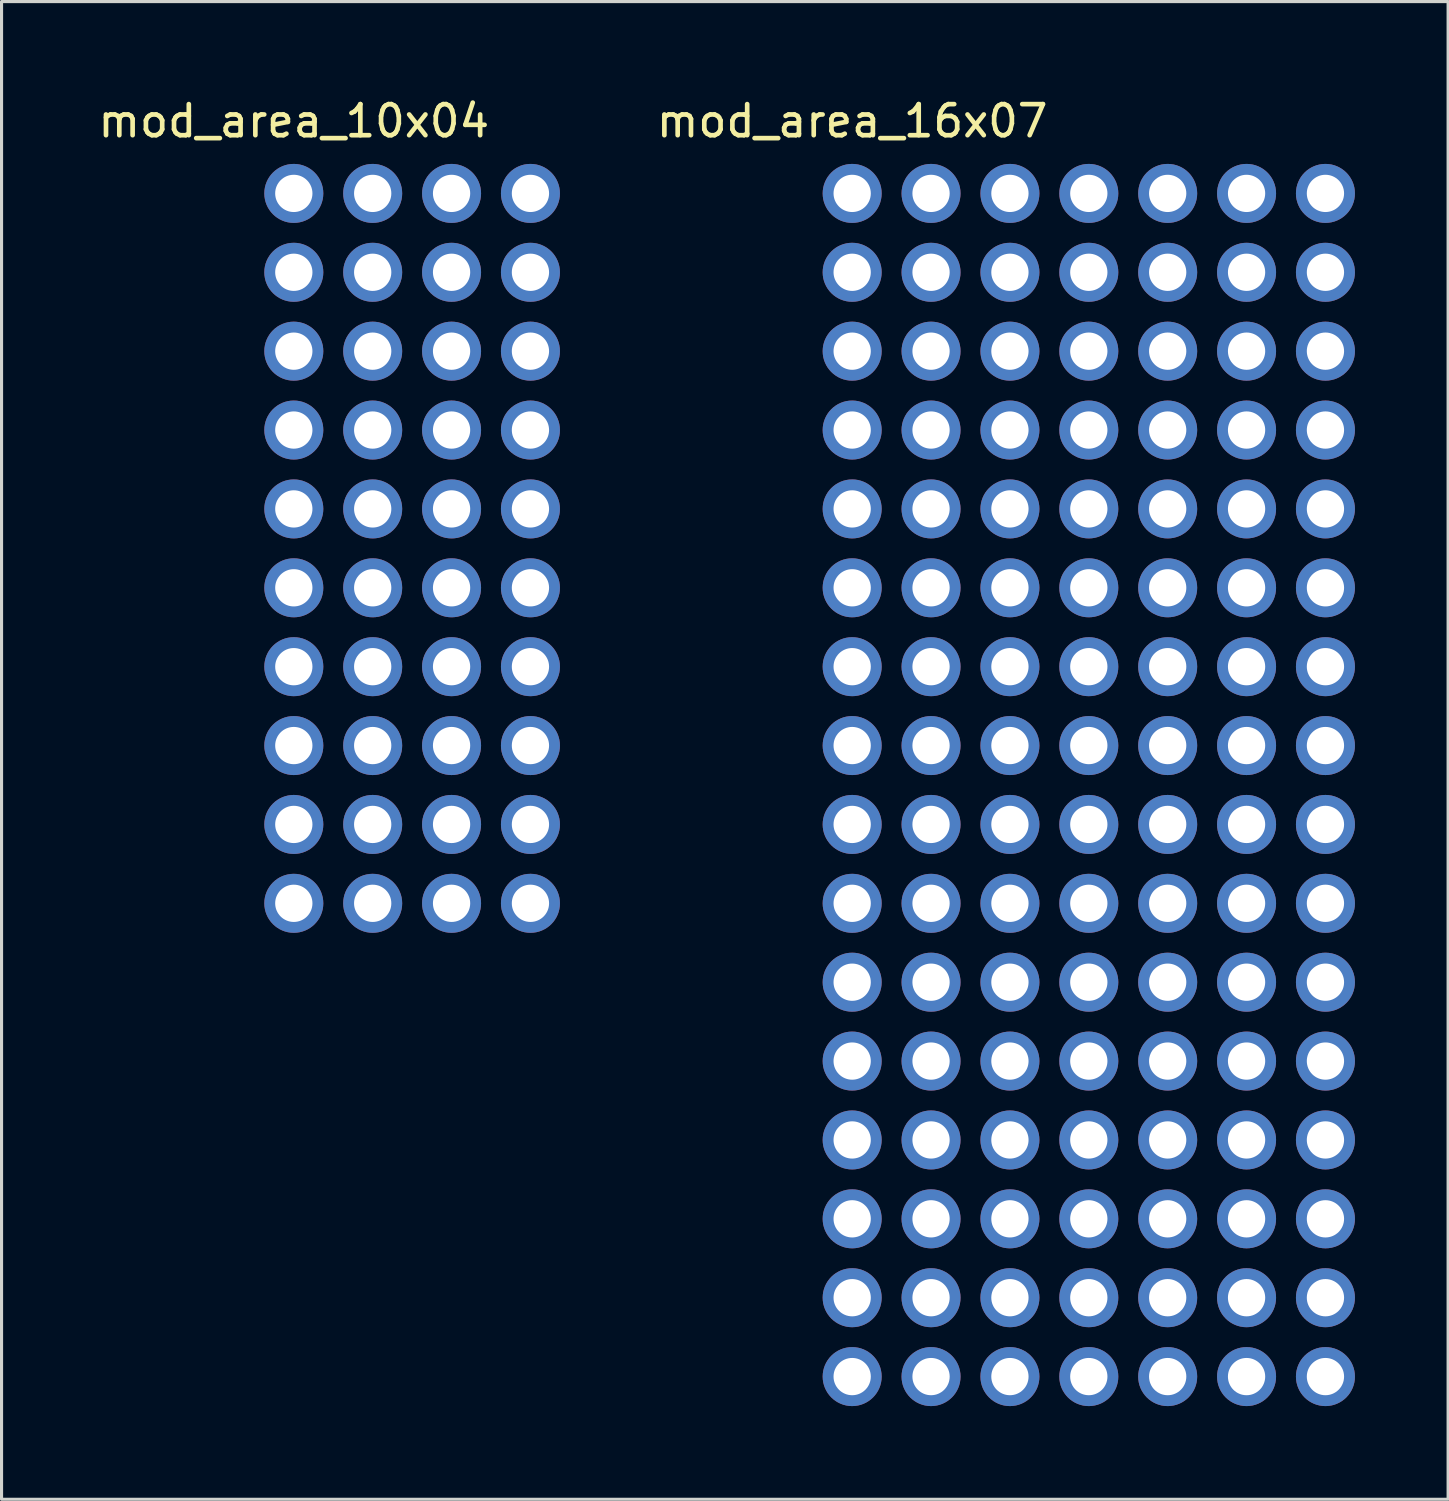
<source format=kicad_pcb>
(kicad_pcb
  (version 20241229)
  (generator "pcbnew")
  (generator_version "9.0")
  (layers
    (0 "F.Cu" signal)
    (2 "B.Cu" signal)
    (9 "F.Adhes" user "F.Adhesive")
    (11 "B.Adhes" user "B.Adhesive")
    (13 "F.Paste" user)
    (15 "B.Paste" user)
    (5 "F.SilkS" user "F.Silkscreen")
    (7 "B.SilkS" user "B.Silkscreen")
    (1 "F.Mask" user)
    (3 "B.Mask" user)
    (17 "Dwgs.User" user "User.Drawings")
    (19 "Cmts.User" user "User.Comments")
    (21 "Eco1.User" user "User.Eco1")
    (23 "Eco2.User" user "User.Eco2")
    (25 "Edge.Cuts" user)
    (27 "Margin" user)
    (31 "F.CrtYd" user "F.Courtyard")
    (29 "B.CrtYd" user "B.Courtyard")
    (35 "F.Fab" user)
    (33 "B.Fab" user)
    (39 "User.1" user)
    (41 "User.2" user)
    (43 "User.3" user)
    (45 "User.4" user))
  (footprint "mod_area_16x07"
    (layer "F.Cu")
    (at 24.391 3.178)
    (property "Reference" "mod_area_16x07" (at 0 -2.33 0) (layer "F.SilkS") (effects (font (size 1 1) (thickness 0.15))))
    (attr through_hole)
    (pad "1" thru_hole circle (at 0 0) (size 1.9 1.9) (drill 1.2) (layers "*.Cu" "*.Mask"))
    (pad "1" thru_hole circle (at 0 2.54) (size 1.9 1.9) (drill 1.2) (layers "*.Cu" "*.Mask"))
    (pad "1" thru_hole circle (at 0 5.08) (size 1.9 1.9) (drill 1.2) (layers "*.Cu" "*.Mask"))
    (pad "1" thru_hole circle (at 0 7.62) (size 1.9 1.9) (drill 1.2) (layers "*.Cu" "*.Mask"))
    (pad "1" thru_hole circle (at 0 10.16) (size 1.9 1.9) (drill 1.2) (layers "*.Cu" "*.Mask"))
    (pad "1" thru_hole circle (at 0 12.7) (size 1.9 1.9) (drill 1.2) (layers "*.Cu" "*.Mask"))
    (pad "1" thru_hole circle (at 0 15.24) (size 1.9 1.9) (drill 1.2) (layers "*.Cu" "*.Mask"))
    (pad "1" thru_hole circle (at 0 17.78) (size 1.9 1.9) (drill 1.2) (layers "*.Cu" "*.Mask"))
    (pad "1" thru_hole circle (at 0 20.32) (size 1.9 1.9) (drill 1.2) (layers "*.Cu" "*.Mask"))
    (pad "1" thru_hole circle (at 0 22.86) (size 1.9 1.9) (drill 1.2) (layers "*.Cu" "*.Mask"))
    (pad "1" thru_hole circle (at 0 25.4) (size 1.9 1.9) (drill 1.2) (layers "*.Cu" "*.Mask"))
    (pad "1" thru_hole circle (at 0 27.94) (size 1.9 1.9) (drill 1.2) (layers "*.Cu" "*.Mask"))
    (pad "1" thru_hole circle (at 0 30.48) (size 1.9 1.9) (drill 1.2) (layers "*.Cu" "*.Mask"))
    (pad "1" thru_hole circle (at 0 33.02) (size 1.9 1.9) (drill 1.2) (layers "*.Cu" "*.Mask"))
    (pad "1" thru_hole circle (at 0 35.56) (size 1.9 1.9) (drill 1.2) (layers "*.Cu" "*.Mask"))
    (pad "1" thru_hole circle (at 0 38.1) (size 1.9 1.9) (drill 1.2) (layers "*.Cu" "*.Mask"))
    (pad "1" thru_hole circle (at 2.54 0) (size 1.9 1.9) (drill 1.2) (layers "*.Cu" "*.Mask"))
    (pad "1" thru_hole circle (at 2.54 2.54) (size 1.9 1.9) (drill 1.2) (layers "*.Cu" "*.Mask"))
    (pad "1" thru_hole circle (at 2.54 5.08) (size 1.9 1.9) (drill 1.2) (layers "*.Cu" "*.Mask"))
    (pad "1" thru_hole circle (at 2.54 7.62) (size 1.9 1.9) (drill 1.2) (layers "*.Cu" "*.Mask"))
    (pad "1" thru_hole circle (at 2.54 10.16) (size 1.9 1.9) (drill 1.2) (layers "*.Cu" "*.Mask"))
    (pad "1" thru_hole circle (at 2.54 12.7) (size 1.9 1.9) (drill 1.2) (layers "*.Cu" "*.Mask"))
    (pad "1" thru_hole circle (at 2.54 15.24) (size 1.9 1.9) (drill 1.2) (layers "*.Cu" "*.Mask"))
    (pad "1" thru_hole circle (at 2.54 17.78) (size 1.9 1.9) (drill 1.2) (layers "*.Cu" "*.Mask"))
    (pad "1" thru_hole circle (at 2.54 20.32) (size 1.9 1.9) (drill 1.2) (layers "*.Cu" "*.Mask"))
    (pad "1" thru_hole circle (at 2.54 22.86) (size 1.9 1.9) (drill 1.2) (layers "*.Cu" "*.Mask"))
    (pad "1" thru_hole circle (at 2.54 25.4) (size 1.9 1.9) (drill 1.2) (layers "*.Cu" "*.Mask"))
    (pad "1" thru_hole circle (at 2.54 27.94) (size 1.9 1.9) (drill 1.2) (layers "*.Cu" "*.Mask"))
    (pad "1" thru_hole circle (at 2.54 30.48) (size 1.9 1.9) (drill 1.2) (layers "*.Cu" "*.Mask"))
    (pad "1" thru_hole circle (at 2.54 33.02) (size 1.9 1.9) (drill 1.2) (layers "*.Cu" "*.Mask"))
    (pad "1" thru_hole circle (at 2.54 35.56) (size 1.9 1.9) (drill 1.2) (layers "*.Cu" "*.Mask"))
    (pad "1" thru_hole circle (at 2.54 38.1) (size 1.9 1.9) (drill 1.2) (layers "*.Cu" "*.Mask"))
    (pad "1" thru_hole circle (at 5.08 0) (size 1.9 1.9) (drill 1.2) (layers "*.Cu" "*.Mask"))
    (pad "1" thru_hole circle (at 5.08 2.54) (size 1.9 1.9) (drill 1.2) (layers "*.Cu" "*.Mask"))
    (pad "1" thru_hole circle (at 5.08 5.08) (size 1.9 1.9) (drill 1.2) (layers "*.Cu" "*.Mask"))
    (pad "1" thru_hole circle (at 5.08 7.62) (size 1.9 1.9) (drill 1.2) (layers "*.Cu" "*.Mask"))
    (pad "1" thru_hole circle (at 5.08 10.16) (size 1.9 1.9) (drill 1.2) (layers "*.Cu" "*.Mask"))
    (pad "1" thru_hole circle (at 5.08 12.7) (size 1.9 1.9) (drill 1.2) (layers "*.Cu" "*.Mask"))
    (pad "1" thru_hole circle (at 5.08 15.24) (size 1.9 1.9) (drill 1.2) (layers "*.Cu" "*.Mask"))
    (pad "1" thru_hole circle (at 5.08 17.78) (size 1.9 1.9) (drill 1.2) (layers "*.Cu" "*.Mask"))
    (pad "1" thru_hole circle (at 5.08 20.32) (size 1.9 1.9) (drill 1.2) (layers "*.Cu" "*.Mask"))
    (pad "1" thru_hole circle (at 5.08 22.86) (size 1.9 1.9) (drill 1.2) (layers "*.Cu" "*.Mask"))
    (pad "1" thru_hole circle (at 5.08 25.4) (size 1.9 1.9) (drill 1.2) (layers "*.Cu" "*.Mask"))
    (pad "1" thru_hole circle (at 5.08 27.94) (size 1.9 1.9) (drill 1.2) (layers "*.Cu" "*.Mask"))
    (pad "1" thru_hole circle (at 5.08 30.48) (size 1.9 1.9) (drill 1.2) (layers "*.Cu" "*.Mask"))
    (pad "1" thru_hole circle (at 5.08 33.02) (size 1.9 1.9) (drill 1.2) (layers "*.Cu" "*.Mask"))
    (pad "1" thru_hole circle (at 5.08 35.56) (size 1.9 1.9) (drill 1.2) (layers "*.Cu" "*.Mask"))
    (pad "1" thru_hole circle (at 5.08 38.1) (size 1.9 1.9) (drill 1.2) (layers "*.Cu" "*.Mask"))
    (pad "1" thru_hole circle (at 7.62 0) (size 1.9 1.9) (drill 1.2) (layers "*.Cu" "*.Mask"))
    (pad "1" thru_hole circle (at 7.62 2.54) (size 1.9 1.9) (drill 1.2) (layers "*.Cu" "*.Mask"))
    (pad "1" thru_hole circle (at 7.62 5.08) (size 1.9 1.9) (drill 1.2) (layers "*.Cu" "*.Mask"))
    (pad "1" thru_hole circle (at 7.62 7.62) (size 1.9 1.9) (drill 1.2) (layers "*.Cu" "*.Mask"))
    (pad "1" thru_hole circle (at 7.62 10.16) (size 1.9 1.9) (drill 1.2) (layers "*.Cu" "*.Mask"))
    (pad "1" thru_hole circle (at 7.62 12.7) (size 1.9 1.9) (drill 1.2) (layers "*.Cu" "*.Mask"))
    (pad "1" thru_hole circle (at 7.62 15.24) (size 1.9 1.9) (drill 1.2) (layers "*.Cu" "*.Mask"))
    (pad "1" thru_hole circle (at 7.62 17.78) (size 1.9 1.9) (drill 1.2) (layers "*.Cu" "*.Mask"))
    (pad "1" thru_hole circle (at 7.62 20.32) (size 1.9 1.9) (drill 1.2) (layers "*.Cu" "*.Mask"))
    (pad "1" thru_hole circle (at 7.62 22.86) (size 1.9 1.9) (drill 1.2) (layers "*.Cu" "*.Mask"))
    (pad "1" thru_hole circle (at 7.62 25.4) (size 1.9 1.9) (drill 1.2) (layers "*.Cu" "*.Mask"))
    (pad "1" thru_hole circle (at 7.62 27.94) (size 1.9 1.9) (drill 1.2) (layers "*.Cu" "*.Mask"))
    (pad "1" thru_hole circle (at 7.62 30.48) (size 1.9 1.9) (drill 1.2) (layers "*.Cu" "*.Mask"))
    (pad "1" thru_hole circle (at 7.62 33.02) (size 1.9 1.9) (drill 1.2) (layers "*.Cu" "*.Mask"))
    (pad "1" thru_hole circle (at 7.62 35.56) (size 1.9 1.9) (drill 1.2) (layers "*.Cu" "*.Mask"))
    (pad "1" thru_hole circle (at 7.62 38.1) (size 1.9 1.9) (drill 1.2) (layers "*.Cu" "*.Mask"))
    (pad "1" thru_hole circle (at 10.16 0) (size 1.9 1.9) (drill 1.2) (layers "*.Cu" "*.Mask"))
    (pad "1" thru_hole circle (at 10.16 2.54) (size 1.9 1.9) (drill 1.2) (layers "*.Cu" "*.Mask"))
    (pad "1" thru_hole circle (at 10.16 5.08) (size 1.9 1.9) (drill 1.2) (layers "*.Cu" "*.Mask"))
    (pad "1" thru_hole circle (at 10.16 7.62) (size 1.9 1.9) (drill 1.2) (layers "*.Cu" "*.Mask"))
    (pad "1" thru_hole circle (at 10.16 10.16) (size 1.9 1.9) (drill 1.2) (layers "*.Cu" "*.Mask"))
    (pad "1" thru_hole circle (at 10.16 12.7) (size 1.9 1.9) (drill 1.2) (layers "*.Cu" "*.Mask"))
    (pad "1" thru_hole circle (at 10.16 15.24) (size 1.9 1.9) (drill 1.2) (layers "*.Cu" "*.Mask"))
    (pad "1" thru_hole circle (at 10.16 17.78) (size 1.9 1.9) (drill 1.2) (layers "*.Cu" "*.Mask"))
    (pad "1" thru_hole circle (at 10.16 20.32) (size 1.9 1.9) (drill 1.2) (layers "*.Cu" "*.Mask"))
    (pad "1" thru_hole circle (at 10.16 22.86) (size 1.9 1.9) (drill 1.2) (layers "*.Cu" "*.Mask"))
    (pad "1" thru_hole circle (at 10.16 25.4) (size 1.9 1.9) (drill 1.2) (layers "*.Cu" "*.Mask"))
    (pad "1" thru_hole circle (at 10.16 27.94) (size 1.9 1.9) (drill 1.2) (layers "*.Cu" "*.Mask"))
    (pad "1" thru_hole circle (at 10.16 30.48) (size 1.9 1.9) (drill 1.2) (layers "*.Cu" "*.Mask"))
    (pad "1" thru_hole circle (at 10.16 33.02) (size 1.9 1.9) (drill 1.2) (layers "*.Cu" "*.Mask"))
    (pad "1" thru_hole circle (at 10.16 35.56) (size 1.9 1.9) (drill 1.2) (layers "*.Cu" "*.Mask"))
    (pad "1" thru_hole circle (at 10.16 38.1) (size 1.9 1.9) (drill 1.2) (layers "*.Cu" "*.Mask"))
    (pad "1" thru_hole circle (at 12.7 0) (size 1.9 1.9) (drill 1.2) (layers "*.Cu" "*.Mask"))
    (pad "1" thru_hole circle (at 12.7 2.54) (size 1.9 1.9) (drill 1.2) (layers "*.Cu" "*.Mask"))
    (pad "1" thru_hole circle (at 12.7 5.08) (size 1.9 1.9) (drill 1.2) (layers "*.Cu" "*.Mask"))
    (pad "1" thru_hole circle (at 12.7 7.62) (size 1.9 1.9) (drill 1.2) (layers "*.Cu" "*.Mask"))
    (pad "1" thru_hole circle (at 12.7 10.16) (size 1.9 1.9) (drill 1.2) (layers "*.Cu" "*.Mask"))
    (pad "1" thru_hole circle (at 12.7 12.7) (size 1.9 1.9) (drill 1.2) (layers "*.Cu" "*.Mask"))
    (pad "1" thru_hole circle (at 12.7 15.24) (size 1.9 1.9) (drill 1.2) (layers "*.Cu" "*.Mask"))
    (pad "1" thru_hole circle (at 12.7 17.78) (size 1.9 1.9) (drill 1.2) (layers "*.Cu" "*.Mask"))
    (pad "1" thru_hole circle (at 12.7 20.32) (size 1.9 1.9) (drill 1.2) (layers "*.Cu" "*.Mask"))
    (pad "1" thru_hole circle (at 12.7 22.86) (size 1.9 1.9) (drill 1.2) (layers "*.Cu" "*.Mask"))
    (pad "1" thru_hole circle (at 12.7 25.4) (size 1.9 1.9) (drill 1.2) (layers "*.Cu" "*.Mask"))
    (pad "1" thru_hole circle (at 12.7 27.94) (size 1.9 1.9) (drill 1.2) (layers "*.Cu" "*.Mask"))
    (pad "1" thru_hole circle (at 12.7 30.48) (size 1.9 1.9) (drill 1.2) (layers "*.Cu" "*.Mask"))
    (pad "1" thru_hole circle (at 12.7 33.02) (size 1.9 1.9) (drill 1.2) (layers "*.Cu" "*.Mask"))
    (pad "1" thru_hole circle (at 12.7 35.56) (size 1.9 1.9) (drill 1.2) (layers "*.Cu" "*.Mask"))
    (pad "1" thru_hole circle (at 12.7 38.1) (size 1.9 1.9) (drill 1.2) (layers "*.Cu" "*.Mask"))
    (pad "1" thru_hole circle (at 15.24 0) (size 1.9 1.9) (drill 1.2) (layers "*.Cu" "*.Mask"))
    (pad "1" thru_hole circle (at 15.24 2.54) (size 1.9 1.9) (drill 1.2) (layers "*.Cu" "*.Mask"))
    (pad "1" thru_hole circle (at 15.24 5.08) (size 1.9 1.9) (drill 1.2) (layers "*.Cu" "*.Mask"))
    (pad "1" thru_hole circle (at 15.24 7.62) (size 1.9 1.9) (drill 1.2) (layers "*.Cu" "*.Mask"))
    (pad "1" thru_hole circle (at 15.24 10.16) (size 1.9 1.9) (drill 1.2) (layers "*.Cu" "*.Mask"))
    (pad "1" thru_hole circle (at 15.24 12.7) (size 1.9 1.9) (drill 1.2) (layers "*.Cu" "*.Mask"))
    (pad "1" thru_hole circle (at 15.24 15.24) (size 1.9 1.9) (drill 1.2) (layers "*.Cu" "*.Mask"))
    (pad "1" thru_hole circle (at 15.24 17.78) (size 1.9 1.9) (drill 1.2) (layers "*.Cu" "*.Mask"))
    (pad "1" thru_hole circle (at 15.24 20.32) (size 1.9 1.9) (drill 1.2) (layers "*.Cu" "*.Mask"))
    (pad "1" thru_hole circle (at 15.24 22.86) (size 1.9 1.9) (drill 1.2) (layers "*.Cu" "*.Mask"))
    (pad "1" thru_hole circle (at 15.24 25.4) (size 1.9 1.9) (drill 1.2) (layers "*.Cu" "*.Mask"))
    (pad "1" thru_hole circle (at 15.24 27.94) (size 1.9 1.9) (drill 1.2) (layers "*.Cu" "*.Mask"))
    (pad "1" thru_hole circle (at 15.24 30.48) (size 1.9 1.9) (drill 1.2) (layers "*.Cu" "*.Mask"))
    (pad "1" thru_hole circle (at 15.24 33.02) (size 1.9 1.9) (drill 1.2) (layers "*.Cu" "*.Mask"))
    (pad "1" thru_hole circle (at 15.24 35.56) (size 1.9 1.9) (drill 1.2) (layers "*.Cu" "*.Mask"))
    (pad "1" thru_hole circle (at 15.24 38.1) (size 1.9 1.9) (drill 1.2) (layers "*.Cu" "*.Mask")))
  (footprint "mod_area_10x04"
    (layer "F.Cu")
    (at 6.411 3.178)
    (property "Reference" "mod_area_10x04" (at 0 -2.33 0) (layer "F.SilkS") (effects (font (size 1 1) (thickness 0.15))))
    (attr through_hole)
    (pad "1" thru_hole circle (at 0 0) (size 1.9 1.9) (drill 1.2) (layers "*.Cu" "*.Mask"))
    (pad "1" thru_hole circle (at 0 2.54) (size 1.9 1.9) (drill 1.2) (layers "*.Cu" "*.Mask"))
    (pad "1" thru_hole circle (at 0 5.08) (size 1.9 1.9) (drill 1.2) (layers "*.Cu" "*.Mask"))
    (pad "1" thru_hole circle (at 0 7.62) (size 1.9 1.9) (drill 1.2) (layers "*.Cu" "*.Mask"))
    (pad "1" thru_hole circle (at 0 10.16) (size 1.9 1.9) (drill 1.2) (layers "*.Cu" "*.Mask"))
    (pad "1" thru_hole circle (at 0 12.7) (size 1.9 1.9) (drill 1.2) (layers "*.Cu" "*.Mask"))
    (pad "1" thru_hole circle (at 0 15.24) (size 1.9 1.9) (drill 1.2) (layers "*.Cu" "*.Mask"))
    (pad "1" thru_hole circle (at 0 17.78) (size 1.9 1.9) (drill 1.2) (layers "*.Cu" "*.Mask"))
    (pad "1" thru_hole circle (at 0 20.32) (size 1.9 1.9) (drill 1.2) (layers "*.Cu" "*.Mask"))
    (pad "1" thru_hole circle (at 0 22.86) (size 1.9 1.9) (drill 1.2) (layers "*.Cu" "*.Mask"))
    (pad "1" thru_hole circle (at 2.54 0) (size 1.9 1.9) (drill 1.2) (layers "*.Cu" "*.Mask"))
    (pad "1" thru_hole circle (at 2.54 2.54) (size 1.9 1.9) (drill 1.2) (layers "*.Cu" "*.Mask"))
    (pad "1" thru_hole circle (at 2.54 5.08) (size 1.9 1.9) (drill 1.2) (layers "*.Cu" "*.Mask"))
    (pad "1" thru_hole circle (at 2.54 7.62) (size 1.9 1.9) (drill 1.2) (layers "*.Cu" "*.Mask"))
    (pad "1" thru_hole circle (at 2.54 10.16) (size 1.9 1.9) (drill 1.2) (layers "*.Cu" "*.Mask"))
    (pad "1" thru_hole circle (at 2.54 12.7) (size 1.9 1.9) (drill 1.2) (layers "*.Cu" "*.Mask"))
    (pad "1" thru_hole circle (at 2.54 15.24) (size 1.9 1.9) (drill 1.2) (layers "*.Cu" "*.Mask"))
    (pad "1" thru_hole circle (at 2.54 17.78) (size 1.9 1.9) (drill 1.2) (layers "*.Cu" "*.Mask"))
    (pad "1" thru_hole circle (at 2.54 20.32) (size 1.9 1.9) (drill 1.2) (layers "*.Cu" "*.Mask"))
    (pad "1" thru_hole circle (at 2.54 22.86) (size 1.9 1.9) (drill 1.2) (layers "*.Cu" "*.Mask"))
    (pad "1" thru_hole circle (at 5.08 0) (size 1.9 1.9) (drill 1.2) (layers "*.Cu" "*.Mask"))
    (pad "1" thru_hole circle (at 5.08 2.54) (size 1.9 1.9) (drill 1.2) (layers "*.Cu" "*.Mask"))
    (pad "1" thru_hole circle (at 5.08 5.08) (size 1.9 1.9) (drill 1.2) (layers "*.Cu" "*.Mask"))
    (pad "1" thru_hole circle (at 5.08 7.62) (size 1.9 1.9) (drill 1.2) (layers "*.Cu" "*.Mask"))
    (pad "1" thru_hole circle (at 5.08 10.16) (size 1.9 1.9) (drill 1.2) (layers "*.Cu" "*.Mask"))
    (pad "1" thru_hole circle (at 5.08 12.7) (size 1.9 1.9) (drill 1.2) (layers "*.Cu" "*.Mask"))
    (pad "1" thru_hole circle (at 5.08 15.24) (size 1.9 1.9) (drill 1.2) (layers "*.Cu" "*.Mask"))
    (pad "1" thru_hole circle (at 5.08 17.78) (size 1.9 1.9) (drill 1.2) (layers "*.Cu" "*.Mask"))
    (pad "1" thru_hole circle (at 5.08 20.32) (size 1.9 1.9) (drill 1.2) (layers "*.Cu" "*.Mask"))
    (pad "1" thru_hole circle (at 5.08 22.86) (size 1.9 1.9) (drill 1.2) (layers "*.Cu" "*.Mask"))
    (pad "1" thru_hole circle (at 7.62 0) (size 1.9 1.9) (drill 1.2) (layers "*.Cu" "*.Mask"))
    (pad "1" thru_hole circle (at 7.62 2.54) (size 1.9 1.9) (drill 1.2) (layers "*.Cu" "*.Mask"))
    (pad "1" thru_hole circle (at 7.62 5.08) (size 1.9 1.9) (drill 1.2) (layers "*.Cu" "*.Mask"))
    (pad "1" thru_hole circle (at 7.62 7.62) (size 1.9 1.9) (drill 1.2) (layers "*.Cu" "*.Mask"))
    (pad "1" thru_hole circle (at 7.62 10.16) (size 1.9 1.9) (drill 1.2) (layers "*.Cu" "*.Mask"))
    (pad "1" thru_hole circle (at 7.62 12.7) (size 1.9 1.9) (drill 1.2) (layers "*.Cu" "*.Mask"))
    (pad "1" thru_hole circle (at 7.62 15.24) (size 1.9 1.9) (drill 1.2) (layers "*.Cu" "*.Mask"))
    (pad "1" thru_hole circle (at 7.62 17.78) (size 1.9 1.9) (drill 1.2) (layers "*.Cu" "*.Mask"))
    (pad "1" thru_hole circle (at 7.62 20.32) (size 1.9 1.9) (drill 1.2) (layers "*.Cu" "*.Mask"))
    (pad "1" thru_hole circle (at 7.62 22.86) (size 1.9 1.9) (drill 1.2) (layers "*.Cu" "*.Mask")))
  (gr_rect
    (start -3 -3)
    (end 43.581 45.228)
    (stroke (width 0.1) (type default))
    (fill no)
    (layer "Edge.Cuts")))
</source>
